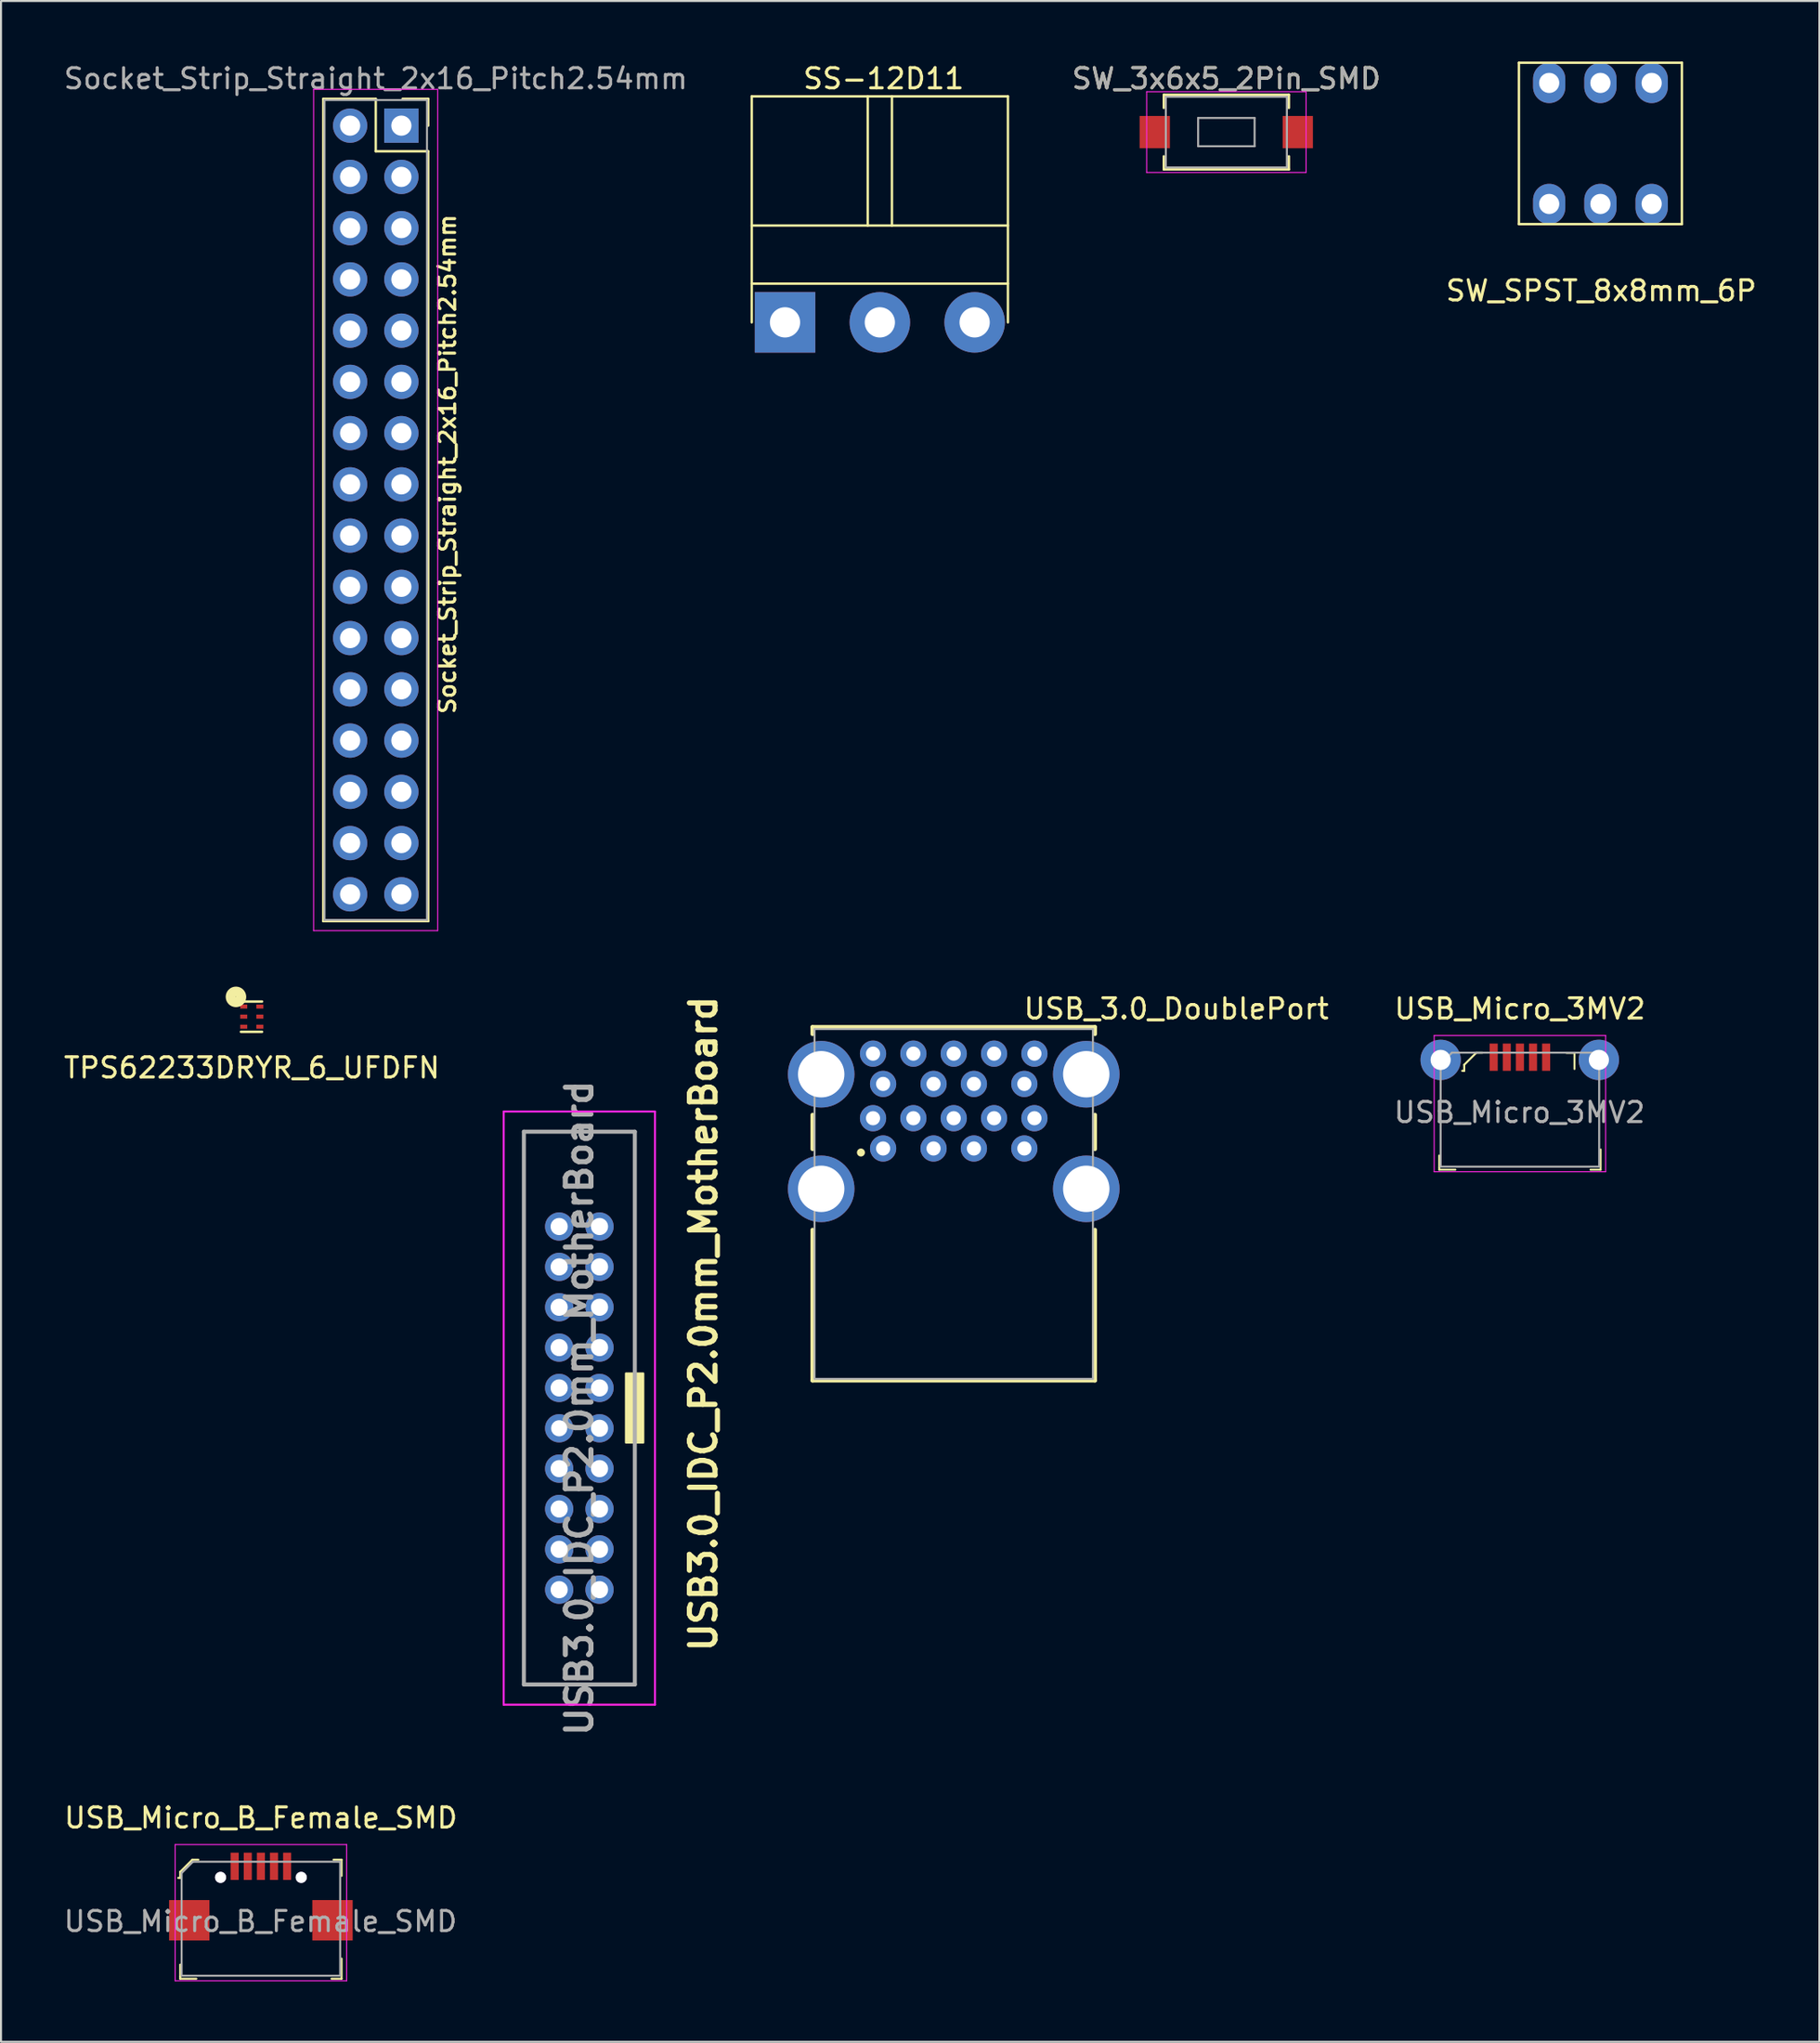
<source format=kicad_pcb>
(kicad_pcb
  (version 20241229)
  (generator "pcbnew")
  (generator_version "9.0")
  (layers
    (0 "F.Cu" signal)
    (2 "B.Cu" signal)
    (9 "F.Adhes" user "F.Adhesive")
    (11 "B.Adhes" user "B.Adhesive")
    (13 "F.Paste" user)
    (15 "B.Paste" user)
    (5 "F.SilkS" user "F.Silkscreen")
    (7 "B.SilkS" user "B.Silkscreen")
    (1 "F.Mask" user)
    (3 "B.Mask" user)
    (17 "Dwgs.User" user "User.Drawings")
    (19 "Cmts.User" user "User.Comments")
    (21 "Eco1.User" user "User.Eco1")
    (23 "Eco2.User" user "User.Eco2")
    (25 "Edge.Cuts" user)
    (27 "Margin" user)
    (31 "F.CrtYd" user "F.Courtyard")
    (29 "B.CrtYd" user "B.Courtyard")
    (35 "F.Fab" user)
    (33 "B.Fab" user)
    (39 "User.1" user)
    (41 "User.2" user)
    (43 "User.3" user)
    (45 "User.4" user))
  (footprint "USB3.0_IDC_P2.0mm_MotherBoard"
    (layer "F.Cu")
    (at 24.599 57.555)
    (property "Reference" "USB3.0_IDC_P2.0mm_MotherBoard" (at 7.22 5.01 270) (layer "F.SilkS") (effects (font (size 1.27 1.27) (thickness 0.254))))
    (attr through_hole)
    (fp_line (start -1.68 -4.51) (end 3.82 -4.51) (stroke (width 0.1) (type solid)) (layer "F.SilkS"))
    (fp_line (start -1.68 22.89) (end -1.68 -4.51) (stroke (width 0.1) (type solid)) (layer "F.SilkS"))
    (fp_line (start 3.82 -4.51) (end 3.82 22.89) (stroke (width 0.1) (type solid)) (layer "F.SilkS"))
    (fp_line (start 3.82 22.89) (end -1.68 22.89) (stroke (width 0.1) (type solid)) (layer "F.SilkS"))
    (fp_poly (pts (xy 4.24 10.9) (xy 3.38 10.9) (xy 3.38 7.47) (xy 4.24 7.47)) (stroke (width 0.1) (type solid)) (fill yes) (layer "F.SilkS"))
    (fp_line (start -2.68 -5.51) (end 4.82 -5.51) (stroke (width 0.1) (type solid)) (layer "F.CrtYd"))
    (fp_line (start -2.68 23.89) (end -2.68 -5.51) (stroke (width 0.1) (type solid)) (layer "F.CrtYd"))
    (fp_line (start 4.82 -5.51) (end 4.82 23.89) (stroke (width 0.1) (type solid)) (layer "F.CrtYd"))
    (fp_line (start 4.82 23.89) (end -2.68 23.89) (stroke (width 0.1) (type solid)) (layer "F.CrtYd"))
    (fp_line (start -1.68 -4.51) (end 3.82 -4.51) (stroke (width 0.2) (type solid)) (layer "F.Fab"))
    (fp_line (start -1.68 22.89) (end -1.68 -4.51) (stroke (width 0.2) (type solid)) (layer "F.Fab"))
    (fp_line (start 3.82 -4.51) (end 3.82 22.89) (stroke (width 0.2) (type solid)) (layer "F.Fab"))
    (fp_line (start 3.82 22.89) (end -1.68 22.89) (stroke (width 0.2) (type solid)) (layer "F.Fab"))
    (fp_text user "${REFERENCE}" (at 1.07 9.19 270) (layer "F.Fab") (effects (font (size 1.27 1.27) (thickness 0.254))))
    (pad "1" thru_hole circle (at 2.07 0.19 270) (size 1.4 1.4) (drill 0.85) (layers "*.Cu" "*.Mask"))
    (pad "2" thru_hole circle (at 2.07 2.19 270) (size 1.4 1.4) (drill 0.85) (layers "*.Cu" "*.Mask"))
    (pad "3" thru_hole circle (at 2.07 4.19 270) (size 1.4 1.4) (drill 0.85) (layers "*.Cu" "*.Mask"))
    (pad "4" thru_hole circle (at 2.07 6.19 270) (size 1.4 1.4) (drill 0.85) (layers "*.Cu" "*.Mask"))
    (pad "5" thru_hole circle (at 2.07 8.19 270) (size 1.4 1.4) (drill 0.85) (layers "*.Cu" "*.Mask"))
    (pad "6" thru_hole circle (at 2.07 10.19 270) (size 1.4 1.4) (drill 0.85) (layers "*.Cu" "*.Mask"))
    (pad "7" thru_hole circle (at 2.07 12.19 270) (size 1.4 1.4) (drill 0.85) (layers "*.Cu" "*.Mask"))
    (pad "8" thru_hole circle (at 2.07 14.19 270) (size 1.4 1.4) (drill 0.85) (layers "*.Cu" "*.Mask"))
    (pad "9" thru_hole circle (at 2.07 16.19 270) (size 1.4 1.4) (drill 0.85) (layers "*.Cu" "*.Mask"))
    (pad "10" thru_hole circle (at 2.07 18.19 270) (size 1.4 1.4) (drill 0.85) (layers "*.Cu" "*.Mask"))
    (pad "11" thru_hole circle (at 0.07 18.19 270) (size 1.4 1.4) (drill 0.85) (layers "*.Cu" "*.Mask"))
    (pad "12" thru_hole circle (at 0.07 16.19 270) (size 1.4 1.4) (drill 0.85) (layers "*.Cu" "*.Mask"))
    (pad "13" thru_hole circle (at 0.07 14.19 270) (size 1.4 1.4) (drill 0.85) (layers "*.Cu" "*.Mask"))
    (pad "14" thru_hole circle (at 0.07 12.19 270) (size 1.4 1.4) (drill 0.85) (layers "*.Cu" "*.Mask"))
    (pad "15" thru_hole circle (at 0.07 10.19 270) (size 1.4 1.4) (drill 0.8) (layers "*.Cu" "*.Mask"))
    (pad "16" thru_hole circle (at 0.07 8.19 270) (size 1.4 1.4) (drill 0.85) (layers "*.Cu" "*.Mask"))
    (pad "17" thru_hole circle (at 0.07 6.19 270) (size 1.4 1.4) (drill 0.85) (layers "*.Cu" "*.Mask"))
    (pad "18" thru_hole circle (at 0.07 4.19 270) (size 1.4 1.4) (drill 0.85) (layers "*.Cu" "*.Mask"))
    (pad "19" thru_hole circle (at 0.07 2.19 270) (size 1.4 1.4) (drill 0.85) (layers "*.Cu" "*.Mask"))
    (pad "20" thru_hole circle (at 0.07 0.19 270) (size 1.4 1.4) (drill 0.85) (layers "*.Cu" "*.Mask")))
  (footprint "SW_SPST_8x8mm_6P"
    (layer "F.Cu")
    (at 76.366 4.09)
    (property "Reference" "SW_SPST_8x8mm_6P" (at -0.04 7.27 0) (layer "F.SilkS") (effects (font (size 1 1) (thickness 0.15))))
    (attr through_hole)
    (fp_line (start -4.12 -4.03) (end -4.12 3.97) (stroke (width 0.12) (type solid)) (layer "F.SilkS"))
    (fp_line (start 3.96 -4.03) (end -4.12 -4.03) (stroke (width 0.12) (type solid)) (layer "F.SilkS"))
    (fp_line (start 3.96 3.97) (end -4.12 3.97) (stroke (width 0.12) (type solid)) (layer "F.SilkS"))
    (fp_line (start 3.96 3.97) (end 3.96 -4.03) (stroke (width 0.12) (type solid)) (layer "F.SilkS"))
    (pad "1" thru_hole oval (at -0.08 -3.03) (size 1.6 2) (drill 1) (layers "*.Cu" "*.Mask"))
    (pad "2" thru_hole oval (at -2.62 -3.03) (size 1.6 2) (drill 1) (layers "*.Cu" "*.Mask"))
    (pad "3" thru_hole oval (at 2.46 -3.03) (size 1.6 2) (drill 1) (layers "*.Cu" "*.Mask"))
    (pad "4" thru_hole oval (at 2.46 2.97) (size 1.6 2) (drill 1) (layers "*.Cu" "*.Mask"))
    (pad "5" thru_hole oval (at -0.08 2.97) (size 1.6 2) (drill 1) (layers "*.Cu" "*.Mask"))
    (pad "6" thru_hole oval (at -2.62 2.97) (size 1.6 2) (drill 1) (layers "*.Cu" "*.Mask")))
  (footprint "USB_3.0_DoublePort"
    (layer "F.Cu")
    (at 44.228 57.806)
    (property "Reference" "USB_3.0_DoublePort" (at 11.035 -10.855 0) (layer "F.SilkS") (effects (font (size 1 1) (thickness 0.15))))
    (attr through_hole)
    (fp_line (start -7 -9.95) (end 7 -9.95) (stroke (width 0.2) (type solid)) (layer "F.SilkS"))
    (fp_line (start -7 -9.6) (end -7 -9.95) (stroke (width 0.2) (type solid)) (layer "F.SilkS"))
    (fp_line (start -7 -5.6) (end -7 -3.9) (stroke (width 0.2) (type solid)) (layer "F.SilkS"))
    (fp_line (start -7 0.1) (end -7 7.57) (stroke (width 0.2) (type solid)) (layer "F.SilkS"))
    (fp_line (start -7 7.57) (end 7 7.57) (stroke (width 0.2) (type solid)) (layer "F.SilkS"))
    (fp_line (start 7 -9.95) (end 7 -9.6) (stroke (width 0.2) (type solid)) (layer "F.SilkS"))
    (fp_line (start 7 -3.9) (end 7 -5.6) (stroke (width 0.2) (type solid)) (layer "F.SilkS"))
    (fp_line (start 7 7.57) (end 7 0.1) (stroke (width 0.2) (type solid)) (layer "F.SilkS"))
    (fp_circle (center -4.6 -3.73) (end -4.5 -3.73) (stroke (width 0.2) (type solid)) (fill no) (layer "F.SilkS"))
    (fp_line (start -6.9 -9.85) (end -6.9 7.49) (stroke (width 0.1) (type solid)) (layer "F.Fab"))
    (fp_line (start -6.9 7.49) (end 6.9 7.49) (stroke (width 0.1) (type solid)) (layer "F.Fab"))
    (fp_line (start 6.9 -9.85) (end -6.9 -9.85) (stroke (width 0.1) (type solid)) (layer "F.Fab"))
    (fp_line (start 6.9 7.49) (end 6.9 -9.85) (stroke (width 0.1) (type solid)) (layer "F.Fab"))
    (pad "1" thru_hole circle (at -3.5 -3.93) (size 1.3 1.3) (drill 0.7) (layers "*.Cu" "*.Mask"))
    (pad "2" thru_hole circle (at -1 -3.93) (size 1.3 1.3) (drill 0.7) (layers "*.Cu" "*.Mask"))
    (pad "3" thru_hole circle (at 1 -3.93) (size 1.3 1.3) (drill 0.7) (layers "*.Cu" "*.Mask"))
    (pad "4" thru_hole circle (at 3.5 -3.93) (size 1.3 1.3) (drill 0.7) (layers "*.Cu" "*.Mask"))
    (pad "5" thru_hole circle (at 4 -5.43) (size 1.3 1.3) (drill 0.7) (layers "*.Cu" "*.Mask"))
    (pad "6" thru_hole circle (at 2 -5.43) (size 1.3 1.3) (drill 0.7) (layers "*.Cu" "*.Mask"))
    (pad "7" thru_hole circle (at 0 -5.43) (size 1.3 1.3) (drill 0.7) (layers "*.Cu" "*.Mask"))
    (pad "8" thru_hole circle (at -2 -5.43) (size 1.3 1.3) (drill 0.7) (layers "*.Cu" "*.Mask"))
    (pad "9" thru_hole circle (at -4 -5.43) (size 1.3 1.3) (drill 0.7) (layers "*.Cu" "*.Mask"))
    (pad "10" thru_hole circle (at -3.5 -7.13) (size 1.3 1.3) (drill 0.7) (layers "*.Cu" "*.Mask"))
    (pad "11" thru_hole circle (at -1 -7.13) (size 1.3 1.3) (drill 0.7) (layers "*.Cu" "*.Mask"))
    (pad "12" thru_hole circle (at 1 -7.13) (size 1.3 1.3) (drill 0.7) (layers "*.Cu" "*.Mask"))
    (pad "13" thru_hole circle (at 3.5 -7.13) (size 1.3 1.3) (drill 0.7) (layers "*.Cu" "*.Mask"))
    (pad "14" thru_hole circle (at 4 -8.63) (size 1.3 1.3) (drill 0.7) (layers "*.Cu" "*.Mask"))
    (pad "15" thru_hole circle (at 2 -8.63) (size 1.3 1.3) (drill 0.7) (layers "*.Cu" "*.Mask"))
    (pad "16" thru_hole circle (at 0 -8.63) (size 1.3 1.3) (drill 0.7) (layers "*.Cu" "*.Mask"))
    (pad "17" thru_hole circle (at -2 -8.63) (size 1.3 1.3) (drill 0.7) (layers "*.Cu" "*.Mask"))
    (pad "18" thru_hole circle (at -4 -8.63) (size 1.3 1.3) (drill 0.7) (layers "*.Cu" "*.Mask"))
    (pad "S1" thru_hole oval (at -6.57 -7.61) (size 3.3 3.3) (drill 2.3) (layers "*.Cu" "*.Mask"))
    (pad "S2" thru_hole oval (at 6.57 -7.61) (size 3.3 3.3) (drill 2.3) (layers "*.Cu" "*.Mask"))
    (pad "S3" thru_hole oval (at 6.57 -1.93) (size 3.3 3.3) (drill 2.3) (layers "*.Cu" "*.Mask"))
    (pad "S4" thru_hole oval (at -6.57 -1.93) (size 3.3 3.3) (drill 2.3) (layers "*.Cu" "*.Mask")))
  (footprint "USB_Micro_B_Female_SMD"
    (layer "F.Cu")
    (at 9.883 91.805)
    (property "Reference" "USB_Micro_B_Female_SMD" (at 0 -4.75 0) (layer "F.SilkS") (effects (font (size 1 1) (thickness 0.15))))
    (attr through_hole)
    (fp_line (start -4 -2.075) (end -4 -1.775) (stroke (width 0.1) (type solid)) (layer "F.SilkS"))
    (fp_line (start -4 -1.775) (end -4.1 -1.775) (stroke (width 0.1) (type solid)) (layer "F.SilkS"))
    (fp_line (start -4 2.525) (end -4 3.125) (stroke (width 0.1) (type solid)) (layer "F.SilkS"))
    (fp_line (start -4 3.125) (end -4 3.225) (stroke (width 0.1) (type solid)) (layer "F.SilkS"))
    (fp_line (start -4 3.225) (end -3.2 3.225) (stroke (width 0.1) (type solid)) (layer "F.SilkS"))
    (fp_line (start -3.4 -2.675) (end -4 -2.075) (stroke (width 0.1) (type solid)) (layer "F.SilkS"))
    (fp_line (start -3.1 -2.675) (end -3.4 -2.675) (stroke (width 0.1) (type solid)) (layer "F.SilkS"))
    (fp_line (start 3.5 3.225) (end 4 3.225) (stroke (width 0.1) (type solid)) (layer "F.SilkS"))
    (fp_line (start 3.6 -2.675) (end 4 -2.675) (stroke (width 0.1) (type solid)) (layer "F.SilkS"))
    (fp_line (start 4 -2.675) (end 4 -1.875) (stroke (width 0.1) (type solid)) (layer "F.SilkS"))
    (fp_line (start 4 3.225) (end 4 2.225) (stroke (width 0.1) (type solid)) (layer "F.SilkS"))
    (fp_line (start -4.25 -3.425) (end -4.25 3.325) (stroke (width 0.05) (type solid)) (layer "F.CrtYd"))
    (fp_line (start -4.25 -3.425) (end 4.25 -3.425) (stroke (width 0.05) (type solid)) (layer "F.CrtYd"))
    (fp_line (start -4.25 3.325) (end 4.25 3.325) (stroke (width 0.05) (type solid)) (layer "F.CrtYd"))
    (fp_line (start 4.25 -3.425) (end 4.25 3.325) (stroke (width 0.05) (type solid)) (layer "F.CrtYd"))
    (fp_line (start -3.93 -2.015) (end -3.37 -2.575) (stroke (width 0.1) (type solid)) (layer "F.Fab"))
    (fp_line (start -3.93 3.075) (end -3.93 -2.015) (stroke (width 0.1) (type solid)) (layer "F.Fab"))
    (fp_line (start -3.93 3.075) (end 3.93 3.075) (stroke (width 0.1) (type solid)) (layer "F.Fab"))
    (fp_line (start 3.93 -2.575) (end -3.37 -2.575) (stroke (width 0.1) (type solid)) (layer "F.Fab"))
    (fp_line (start 3.93 3.075) (end 3.93 -2.575) (stroke (width 0.1) (type solid)) (layer "F.Fab"))
    (fp_text user "${REFERENCE}" (at -0.02 0.385 0) (layer "F.Fab") (effects (font (size 1 1) (thickness 0.15))))
    (pad "" thru_hole circle (at -2 -1.8 36) (size 0.55 0.55) (drill 0.55) (layers "*.Cu" "*.Mask"))
    (pad "" thru_hole circle (at 2 -1.8 36) (size 0.55 0.55) (drill 0.55) (layers "*.Cu" "*.Mask"))
    (pad "1" smd rect (at -1.3 -2.35) (size 0.4 1.35) (layers "F.Cu" "F.Mask" "F.Paste"))
    (pad "2" smd rect (at -0.65 -2.35) (size 0.4 1.35) (layers "F.Cu" "F.Mask" "F.Paste"))
    (pad "3" smd rect (at 0 -2.35) (size 0.4 1.35) (layers "F.Cu" "F.Mask" "F.Paste"))
    (pad "4" smd rect (at 0.65 -2.35) (size 0.4 1.35) (layers "F.Cu" "F.Mask" "F.Paste"))
    (pad "5" smd rect (at 1.3 -2.35) (size 0.4 1.35) (layers "F.Cu" "F.Mask" "F.Paste"))
    (pad "6" smd rect (at -3.55 0.325) (size 2 2) (layers "F.Cu" "F.Mask" "F.Paste"))
    (pad "6" smd rect (at 3.55 0.325) (size 2 2) (layers "F.Cu" "F.Mask" "F.Paste")))
  (footprint "TPS62233DRYR_6_UFDFN"
    (layer "F.Cu")
    (at 9.429 47.297)
    (property "Reference" "TPS62233DRYR_6_UFDFN" (at 0.005 2.578 0) (layer "F.SilkS") (effects (font (size 1 1) (thickness 0.15))))
    (attr through_hole)
    (fp_line (start -0.537 -0.704) (end 0.513 -0.704) (stroke (width 0.12) (type solid)) (layer "F.SilkS"))
    (fp_line (start -0.537 0.796) (end 0.513 0.796) (stroke (width 0.12) (type solid)) (layer "F.SilkS"))
    (fp_circle (center -0.782 -0.935) (end -0.79 -0.93) (stroke (width 0.5) (type solid)) (fill no) (layer "F.SilkS"))
    (pad "1" smd rect (at -0.397 -0.456) (size 0.35 0.2) (layers "F.Cu" "F.Mask" "F.Paste"))
    (pad "2" smd rect (at -0.397 0.044) (size 0.35 0.2) (layers "F.Cu" "F.Mask" "F.Paste"))
    (pad "3" smd rect (at -0.397 0.544) (size 0.35 0.2) (layers "F.Cu" "F.Mask" "F.Paste"))
    (pad "4" smd rect (at 0.403 0.544) (size 0.35 0.2) (layers "F.Cu" "F.Mask" "F.Paste"))
    (pad "5" smd rect (at 0.403 0.044) (size 0.35 0.2) (layers "F.Cu" "F.Mask" "F.Paste"))
    (pad "6" smd rect (at 0.403 -0.456) (size 0.35 0.2) (layers "F.Cu" "F.Mask" "F.Paste")))
  (footprint "USB_Micro_3MV2"
    (layer "F.Cu")
    (at 72.295 51.702)
    (property "Reference" "USB_Micro_3MV2" (at 0 -4.75 0) (layer "F.SilkS") (effects (font (size 1 1) (thickness 0.15))))
    (attr through_hole)
    (fp_line (start -4 2.525) (end -4 3.125) (stroke (width 0.1) (type solid)) (layer "F.SilkS"))
    (fp_line (start -4 3.125) (end -4 3.225) (stroke (width 0.1) (type solid)) (layer "F.SilkS"))
    (fp_line (start -4 3.225) (end -3.2 3.225) (stroke (width 0.1) (type solid)) (layer "F.SilkS"))
    (fp_line (start -2.76 -1.976) (end -2.76 -1.676) (stroke (width 0.1) (type solid)) (layer "F.SilkS"))
    (fp_line (start -2.76 -1.676) (end -2.86 -1.676) (stroke (width 0.1) (type solid)) (layer "F.SilkS"))
    (fp_line (start -2.16 -2.576) (end -2.76 -1.976) (stroke (width 0.1) (type solid)) (layer "F.SilkS"))
    (fp_line (start -1.86 -2.576) (end -2.16 -2.576) (stroke (width 0.1) (type solid)) (layer "F.SilkS"))
    (fp_line (start 2.305 -2.568) (end 2.705 -2.568) (stroke (width 0.1) (type solid)) (layer "F.SilkS"))
    (fp_line (start 2.705 -2.568) (end 2.705 -1.768) (stroke (width 0.1) (type solid)) (layer "F.SilkS"))
    (fp_line (start 3.5 3.225) (end 4 3.225) (stroke (width 0.1) (type solid)) (layer "F.SilkS"))
    (fp_line (start 4 3.225) (end 4 2.225) (stroke (width 0.1) (type solid)) (layer "F.SilkS"))
    (fp_line (start -4.25 -3.425) (end -4.25 3.325) (stroke (width 0.05) (type solid)) (layer "F.CrtYd"))
    (fp_line (start -4.25 -3.425) (end 4.25 -3.425) (stroke (width 0.05) (type solid)) (layer "F.CrtYd"))
    (fp_line (start -4.25 3.325) (end 4.25 3.325) (stroke (width 0.05) (type solid)) (layer "F.CrtYd"))
    (fp_line (start 4.25 -3.425) (end 4.25 3.325) (stroke (width 0.05) (type solid)) (layer "F.CrtYd"))
    (fp_line (start -3.93 -2.015) (end -3.37 -2.575) (stroke (width 0.1) (type solid)) (layer "F.Fab"))
    (fp_line (start -3.93 3.075) (end -3.93 -2.015) (stroke (width 0.1) (type solid)) (layer "F.Fab"))
    (fp_line (start -3.93 3.075) (end 3.93 3.075) (stroke (width 0.1) (type solid)) (layer "F.Fab"))
    (fp_line (start 3.93 -2.575) (end -3.37 -2.575) (stroke (width 0.1) (type solid)) (layer "F.Fab"))
    (fp_line (start 3.93 3.075) (end 3.93 -2.575) (stroke (width 0.1) (type solid)) (layer "F.Fab"))
    (fp_text user "${REFERENCE}" (at -0.02 0.385 0) (layer "F.Fab") (effects (font (size 1 1) (thickness 0.15))))
    (pad "1" smd rect (at -1.3 -2.35) (size 0.4 1.35) (layers "F.Cu" "F.Mask" "F.Paste"))
    (pad "2" smd rect (at -0.65 -2.35) (size 0.4 1.35) (layers "F.Cu" "F.Mask" "F.Paste"))
    (pad "3" smd rect (at 0 -2.35) (size 0.4 1.35) (layers "F.Cu" "F.Mask" "F.Paste"))
    (pad "4" smd rect (at 0.65 -2.35) (size 0.4 1.35) (layers "F.Cu" "F.Mask" "F.Paste"))
    (pad "5" smd rect (at 1.3 -2.35) (size 0.4 1.35) (layers "F.Cu" "F.Mask" "F.Paste"))
    (pad "6" thru_hole circle (at -3.929 -2.217 36) (size 2 2) (drill 1) (layers "*.Cu" "*.Mask"))
    (pad "6" thru_hole circle (at 3.914 -2.217 36) (size 2 2) (drill 1) (layers "*.Cu" "*.Mask")))
  (footprint "Socket_Strip_Straight_2x16_Pitch2.54mm"
    (layer "F.Cu")
    (at 16.847 3.178)
    (property "Reference" "Socket_Strip_Straight_2x16_Pitch2.54mm" (at 2.28 16.78 90) (layer "F.SilkS") (effects (font (size 0.8 0.8) (thickness 0.15))))
    (attr through_hole)
    (fp_line (start -3.87 -1.33) (end -1.27 -1.33) (stroke (width 0.12) (type solid)) (layer "F.SilkS"))
    (fp_line (start -3.87 39.43) (end -3.87 -1.33) (stroke (width 0.12) (type solid)) (layer "F.SilkS"))
    (fp_line (start -1.27 -1.33) (end -1.27 1.27) (stroke (width 0.12) (type solid)) (layer "F.SilkS"))
    (fp_line (start -1.27 1.27) (end 1.33 1.27) (stroke (width 0.12) (type solid)) (layer "F.SilkS"))
    (fp_line (start 1.33 -1.33) (end 0.06 -1.33) (stroke (width 0.12) (type solid)) (layer "F.SilkS"))
    (fp_line (start 1.33 0) (end 1.33 -1.33) (stroke (width 0.12) (type solid)) (layer "F.SilkS"))
    (fp_line (start 1.33 1.27) (end 1.33 39.43) (stroke (width 0.12) (type solid)) (layer "F.SilkS"))
    (fp_line (start 1.33 39.43) (end -3.87 39.43) (stroke (width 0.12) (type solid)) (layer "F.SilkS"))
    (fp_line (start -4.35 -1.8) (end -4.35 39.9) (stroke (width 0.05) (type solid)) (layer "F.CrtYd"))
    (fp_line (start -4.35 39.9) (end 1.8 39.9) (stroke (width 0.05) (type solid)) (layer "F.CrtYd"))
    (fp_line (start 1.8 -1.8) (end -4.35 -1.8) (stroke (width 0.05) (type solid)) (layer "F.CrtYd"))
    (fp_line (start 1.8 39.9) (end 1.8 -1.8) (stroke (width 0.05) (type solid)) (layer "F.CrtYd"))
    (fp_line (start -3.81 -1.27) (end -3.81 39.37) (stroke (width 0.1) (type solid)) (layer "F.Fab"))
    (fp_line (start -3.81 39.37) (end 1.27 39.37) (stroke (width 0.1) (type solid)) (layer "F.Fab"))
    (fp_line (start 1.27 -1.27) (end -3.81 -1.27) (stroke (width 0.1) (type solid)) (layer "F.Fab"))
    (fp_line (start 1.27 39.37) (end 1.27 -1.27) (stroke (width 0.1) (type solid)) (layer "F.Fab"))
    (fp_text user "${REFERENCE}" (at -1.27 -2.33 0) (layer "F.Fab") (effects (font (size 1 1) (thickness 0.15))))
    (pad "1" thru_hole rect (at 0 0) (size 1.7 1.7) (drill 1) (layers "*.Cu" "*.Mask"))
    (pad "2" thru_hole oval (at -2.54 0) (size 1.7 1.7) (drill 1) (layers "*.Cu" "*.Mask"))
    (pad "3" thru_hole oval (at 0 2.54) (size 1.7 1.7) (drill 1) (layers "*.Cu" "*.Mask"))
    (pad "4" thru_hole oval (at -2.54 2.54) (size 1.7 1.7) (drill 1) (layers "*.Cu" "*.Mask"))
    (pad "5" thru_hole oval (at 0 5.08) (size 1.7 1.7) (drill 1) (layers "*.Cu" "*.Mask"))
    (pad "6" thru_hole oval (at -2.54 5.08) (size 1.7 1.7) (drill 1) (layers "*.Cu" "*.Mask"))
    (pad "7" thru_hole oval (at 0 7.62) (size 1.7 1.7) (drill 1) (layers "*.Cu" "*.Mask"))
    (pad "8" thru_hole oval (at -2.54 7.62) (size 1.7 1.7) (drill 1) (layers "*.Cu" "*.Mask"))
    (pad "9" thru_hole oval (at 0 10.16) (size 1.7 1.7) (drill 1) (layers "*.Cu" "*.Mask"))
    (pad "10" thru_hole oval (at -2.54 10.16) (size 1.7 1.7) (drill 1) (layers "*.Cu" "*.Mask"))
    (pad "11" thru_hole oval (at 0 12.7) (size 1.7 1.7) (drill 1) (layers "*.Cu" "*.Mask"))
    (pad "12" thru_hole oval (at -2.54 12.7) (size 1.7 1.7) (drill 1) (layers "*.Cu" "*.Mask"))
    (pad "13" thru_hole oval (at 0 15.24) (size 1.7 1.7) (drill 1) (layers "*.Cu" "*.Mask"))
    (pad "14" thru_hole oval (at -2.54 15.24) (size 1.7 1.7) (drill 1) (layers "*.Cu" "*.Mask"))
    (pad "15" thru_hole oval (at 0 17.78) (size 1.7 1.7) (drill 1) (layers "*.Cu" "*.Mask"))
    (pad "16" thru_hole oval (at -2.54 17.78) (size 1.7 1.7) (drill 1) (layers "*.Cu" "*.Mask"))
    (pad "17" thru_hole oval (at 0 20.32) (size 1.7 1.7) (drill 1) (layers "*.Cu" "*.Mask"))
    (pad "18" thru_hole oval (at -2.54 20.32) (size 1.7 1.7) (drill 1) (layers "*.Cu" "*.Mask"))
    (pad "19" thru_hole oval (at 0 22.86) (size 1.7 1.7) (drill 1) (layers "*.Cu" "*.Mask"))
    (pad "20" thru_hole oval (at -2.54 22.86) (size 1.7 1.7) (drill 1) (layers "*.Cu" "*.Mask"))
    (pad "21" thru_hole oval (at 0 25.4) (size 1.7 1.7) (drill 1) (layers "*.Cu" "*.Mask"))
    (pad "22" thru_hole oval (at -2.54 25.4) (size 1.7 1.7) (drill 1) (layers "*.Cu" "*.Mask"))
    (pad "23" thru_hole oval (at 0 27.94) (size 1.7 1.7) (drill 1) (layers "*.Cu" "*.Mask"))
    (pad "24" thru_hole oval (at -2.54 27.94) (size 1.7 1.7) (drill 1) (layers "*.Cu" "*.Mask"))
    (pad "25" thru_hole oval (at 0 30.48) (size 1.7 1.7) (drill 1) (layers "*.Cu" "*.Mask"))
    (pad "26" thru_hole oval (at -2.54 30.48) (size 1.7 1.7) (drill 1) (layers "*.Cu" "*.Mask"))
    (pad "27" thru_hole oval (at 0 33.02) (size 1.7 1.7) (drill 1) (layers "*.Cu" "*.Mask"))
    (pad "28" thru_hole oval (at -2.54 33.02) (size 1.7 1.7) (drill 1) (layers "*.Cu" "*.Mask"))
    (pad "29" thru_hole oval (at 0 35.56) (size 1.7 1.7) (drill 1) (layers "*.Cu" "*.Mask"))
    (pad "30" thru_hole oval (at -2.54 35.56) (size 1.7 1.7) (drill 1) (layers "*.Cu" "*.Mask"))
    (pad "31" thru_hole oval (at 0 38.1) (size 1.7 1.7) (drill 1) (layers "*.Cu" "*.Mask"))
    (pad "32" thru_hole oval (at -2.54 38.1) (size 1.7 1.7) (drill 1) (layers "*.Cu" "*.Mask")))
  (footprint "SS-12D11"
    (layer "F.Cu")
    (at 40.565 7.528)
    (property "Reference" "SS-12D11" (at 0.19 -6.68 0) (layer "F.SilkS") (effects (font (size 1 1) (thickness 0.15))))
    (attr through_hole)
    (fp_line (start -6.35 5.4) (end -6.35 -5.8) (stroke (width 0.12) (type solid)) (layer "F.SilkS"))
    (fp_line (start -0.6 0.6) (end -0.6 -5.8) (stroke (width 0.12) (type solid)) (layer "F.SilkS"))
    (fp_line (start 0.6 0.6) (end 0.6 -5.8) (stroke (width 0.12) (type solid)) (layer "F.SilkS"))
    (fp_line (start 6.35 -5.8) (end -6.35 -5.8) (stroke (width 0.12) (type solid)) (layer "F.SilkS"))
    (fp_line (start 6.35 0.6) (end -6.35 0.6) (stroke (width 0.12) (type solid)) (layer "F.SilkS"))
    (fp_line (start 6.35 3.48) (end -6.35 3.48) (stroke (width 0.12) (type solid)) (layer "F.SilkS"))
    (fp_line (start 6.35 5.4) (end 6.35 -5.8) (stroke (width 0.12) (type solid)) (layer "F.SilkS"))
    (pad "1" thru_hole rect (at -4.7 5.4) (size 3 3) (drill 1.5) (layers "*.Cu" "*.Mask"))
    (pad "2" thru_hole circle (at 0 5.4) (size 3 3) (drill 1.5) (layers "*.Cu" "*.Mask"))
    (pad "3" thru_hole circle (at 4.7 5.4) (size 3 3) (drill 1.5) (layers "*.Cu" "*.Mask")))
  (footprint "SW_3x6x5_2Pin_SMD"
    (layer "F.Cu")
    (at 57.743 3.498)
    (property "Reference" "SW_3x6x5_2Pin_SMD" (at 0 -2.65 0) (layer "F.SilkS") (effects (font (size 1 1) (thickness 0.15))))
    (attr smd)
    (fp_line (start -3.1 -1.85) (end -3.1 -1.2) (stroke (width 0.12) (type solid)) (layer "F.SilkS"))
    (fp_line (start -3.1 1.2) (end -3.1 1.85) (stroke (width 0.12) (type solid)) (layer "F.SilkS"))
    (fp_line (start -3.1 1.85) (end 3.1 1.85) (stroke (width 0.12) (type solid)) (layer "F.SilkS"))
    (fp_line (start 3.1 -1.85) (end -3.1 -1.85) (stroke (width 0.12) (type solid)) (layer "F.SilkS"))
    (fp_line (start 3.1 -1.85) (end 3.1 -1.2) (stroke (width 0.12) (type solid)) (layer "F.SilkS"))
    (fp_line (start 3.1 1.85) (end 3.1 1.2) (stroke (width 0.12) (type solid)) (layer "F.SilkS"))
    (fp_line (start -3.95 -2) (end 3.95 -2) (stroke (width 0.05) (type solid)) (layer "F.CrtYd"))
    (fp_line (start -3.95 2) (end -3.95 -2) (stroke (width 0.05) (type solid)) (layer "F.CrtYd"))
    (fp_line (start 3.95 -2) (end 3.95 2) (stroke (width 0.05) (type solid)) (layer "F.CrtYd"))
    (fp_line (start 3.95 2) (end -3.95 2) (stroke (width 0.05) (type solid)) (layer "F.CrtYd"))
    (fp_line (start -3 -1.75) (end 3 -1.75) (stroke (width 0.1) (type solid)) (layer "F.Fab"))
    (fp_line (start -3 1.75) (end -3 -1.75) (stroke (width 0.1) (type solid)) (layer "F.Fab"))
    (fp_line (start -1.4 -0.7) (end 1.4 -0.7) (stroke (width 0.1) (type solid)) (layer "F.Fab"))
    (fp_line (start -1.4 0.7) (end -1.4 -0.7) (stroke (width 0.1) (type solid)) (layer "F.Fab"))
    (fp_line (start 1.4 -0.7) (end 1.4 0.7) (stroke (width 0.1) (type solid)) (layer "F.Fab"))
    (fp_line (start 1.4 0.7) (end -1.4 0.7) (stroke (width 0.1) (type solid)) (layer "F.Fab"))
    (fp_line (start 3 -1.75) (end 3 1.75) (stroke (width 0.1) (type solid)) (layer "F.Fab"))
    (fp_line (start 3 1.75) (end -3 1.75) (stroke (width 0.1) (type solid)) (layer "F.Fab"))
    (fp_text user "${REFERENCE}" (at 0 -2.65 0) (layer "F.Fab") (effects (font (size 1 1) (thickness 0.15))))
    (pad "1" smd rect (at -3.55 0) (size 1.5 1.6) (layers "F.Cu" "F.Mask" "F.Paste"))
    (pad "2" smd rect (at 3.54 0) (size 1.5 1.6) (layers "F.Cu" "F.Mask" "F.Paste")))
  (gr_rect
    (start -3 -3)
    (end 87.141 98.155)
    (stroke (width 0.1) (type default))
    (fill no)
    (layer "Edge.Cuts")))
</source>
